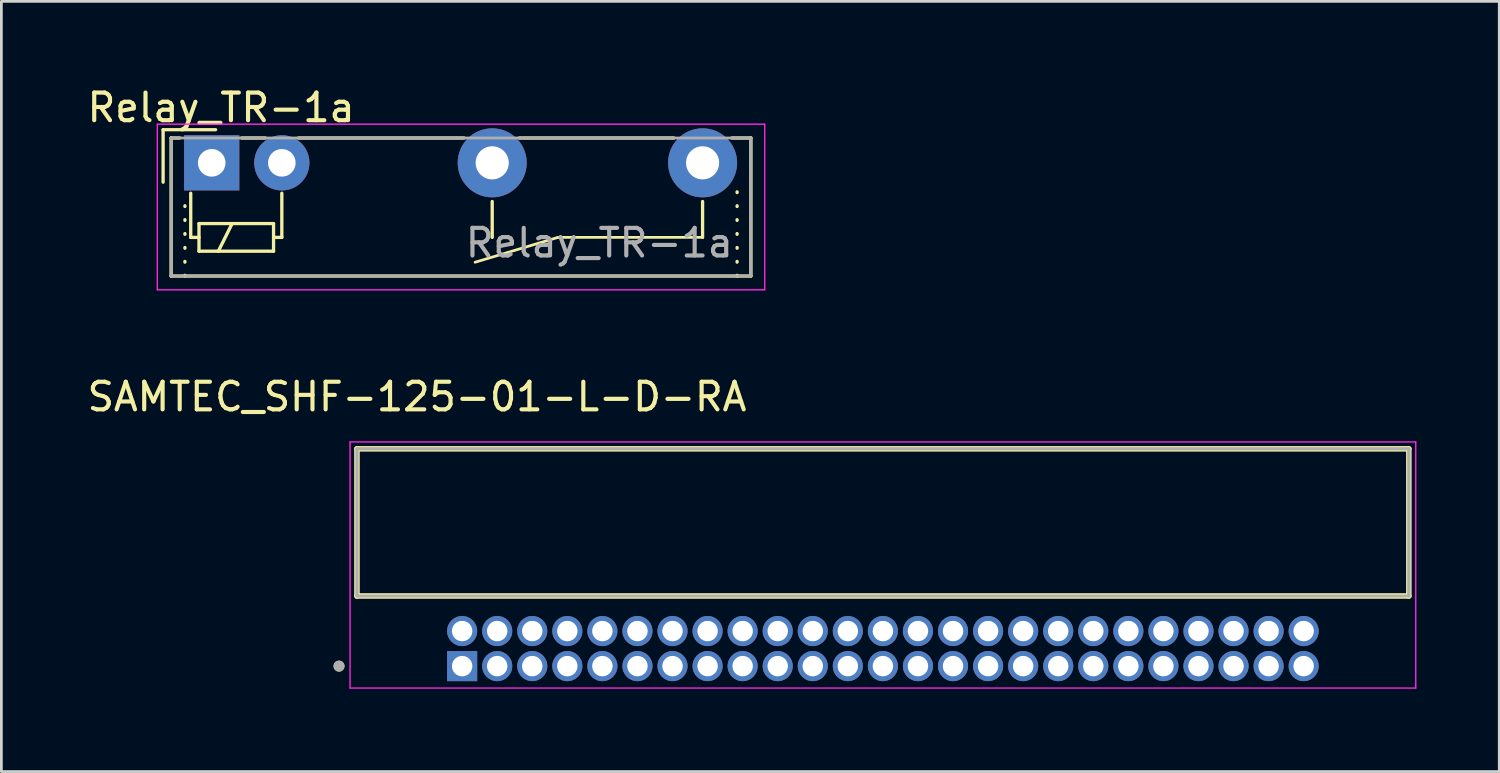
<source format=kicad_pcb>
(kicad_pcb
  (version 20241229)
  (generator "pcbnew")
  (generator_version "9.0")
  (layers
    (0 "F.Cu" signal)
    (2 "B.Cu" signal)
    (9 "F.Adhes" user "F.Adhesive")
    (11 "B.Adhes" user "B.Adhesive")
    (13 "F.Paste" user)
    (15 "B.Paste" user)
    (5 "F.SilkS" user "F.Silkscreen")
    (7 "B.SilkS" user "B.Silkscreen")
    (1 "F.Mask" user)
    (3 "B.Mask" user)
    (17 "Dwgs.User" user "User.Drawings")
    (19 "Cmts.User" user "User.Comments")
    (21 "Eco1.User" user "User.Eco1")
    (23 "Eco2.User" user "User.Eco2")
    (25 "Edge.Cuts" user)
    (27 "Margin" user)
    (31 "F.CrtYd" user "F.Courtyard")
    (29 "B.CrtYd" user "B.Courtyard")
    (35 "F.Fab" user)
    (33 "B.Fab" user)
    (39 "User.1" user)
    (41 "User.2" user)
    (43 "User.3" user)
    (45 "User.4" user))
  (footprint "SAMTEC_SHF-125-01-L-D-RA"
    (layer "F.Cu")
    (at 28.929 20.442)
    (property "Reference" "SAMTEC_SHF-125-01-L-D-RA" (at -16.875 -9.12 0) (layer "F.SilkS") (effects (font (size 1 1) (thickness 0.15))))
    (attr through_hole)
    (fp_line (start -19.05 -1.905) (end -19.05 -7.235) (stroke (width 0.2) (type solid)) (layer "F.SilkS"))
    (fp_line (start 19.05 -7.235) (end -19.05 -7.235) (stroke (width 0.2) (type solid)) (layer "F.SilkS"))
    (fp_line (start 19.05 -7.235) (end 19.05 -1.905) (stroke (width 0.2) (type solid)) (layer "F.SilkS"))
    (fp_line (start 19.05 -1.905) (end -19.05 -1.905) (stroke (width 0.2) (type solid)) (layer "F.SilkS"))
    (fp_circle (center -19.7 0.635) (end -19.6 0.635) (stroke (width 0.2) (type solid)) (fill no) (layer "F.SilkS"))
    (fp_line (start -19.3 -7.485) (end 19.3 -7.485) (stroke (width 0.05) (type solid)) (layer "F.CrtYd"))
    (fp_line (start -19.3 1.43) (end -19.3 -7.485) (stroke (width 0.05) (type solid)) (layer "F.CrtYd"))
    (fp_line (start 19.3 -7.485) (end 19.3 1.43) (stroke (width 0.05) (type solid)) (layer "F.CrtYd"))
    (fp_line (start 19.3 1.43) (end -19.3 1.43) (stroke (width 0.05) (type solid)) (layer "F.CrtYd"))
    (fp_line (start -19.05 -7.235) (end 19.05 -7.235) (stroke (width 0.1) (type solid)) (layer "F.Fab"))
    (fp_line (start -19.05 -7.235) (end 19.05 -7.235) (stroke (width 0.1) (type solid)) (layer "F.Fab"))
    (fp_line (start -19.05 -1.905) (end -19.05 -7.235) (stroke (width 0.1) (type solid)) (layer "F.Fab"))
    (fp_line (start -19.05 -1.905) (end -19.05 -7.235) (stroke (width 0.1) (type solid)) (layer "F.Fab"))
    (fp_line (start 19.05 -7.235) (end 19.05 -1.905) (stroke (width 0.1) (type solid)) (layer "F.Fab"))
    (fp_line (start 19.05 -7.235) (end 19.05 -1.905) (stroke (width 0.1) (type solid)) (layer "F.Fab"))
    (fp_line (start 19.05 -1.905) (end -19.05 -1.905) (stroke (width 0.1) (type solid)) (layer "F.Fab"))
    (fp_circle (center -19.7 0.635) (end -19.6 0.635) (stroke (width 0.2) (type solid)) (fill no) (layer "F.Fab"))
    (pad "1" thru_hole rect (at -15.24 0.635) (size 1.09 1.09) (drill 0.74) (layers "*.Cu" "*.Mask"))
    (pad "2" thru_hole circle (at -15.24 -0.635) (size 1.09 1.09) (drill 0.74) (layers "*.Cu" "*.Mask"))
    (pad "3" thru_hole circle (at -13.97 0.635) (size 1.09 1.09) (drill 0.74) (layers "*.Cu" "*.Mask"))
    (pad "4" thru_hole circle (at -13.97 -0.635) (size 1.09 1.09) (drill 0.74) (layers "*.Cu" "*.Mask"))
    (pad "5" thru_hole circle (at -12.7 0.635) (size 1.09 1.09) (drill 0.74) (layers "*.Cu" "*.Mask"))
    (pad "6" thru_hole circle (at -12.7 -0.635) (size 1.09 1.09) (drill 0.74) (layers "*.Cu" "*.Mask"))
    (pad "7" thru_hole circle (at -11.43 0.635) (size 1.09 1.09) (drill 0.74) (layers "*.Cu" "*.Mask"))
    (pad "8" thru_hole circle (at -11.43 -0.635) (size 1.09 1.09) (drill 0.74) (layers "*.Cu" "*.Mask"))
    (pad "9" thru_hole circle (at -10.16 0.635) (size 1.09 1.09) (drill 0.74) (layers "*.Cu" "*.Mask"))
    (pad "10" thru_hole circle (at -10.16 -0.635) (size 1.09 1.09) (drill 0.74) (layers "*.Cu" "*.Mask"))
    (pad "11" thru_hole circle (at -8.89 0.635) (size 1.09 1.09) (drill 0.74) (layers "*.Cu" "*.Mask"))
    (pad "12" thru_hole circle (at -8.89 -0.635) (size 1.09 1.09) (drill 0.74) (layers "*.Cu" "*.Mask"))
    (pad "13" thru_hole circle (at -7.62 0.635) (size 1.09 1.09) (drill 0.74) (layers "*.Cu" "*.Mask"))
    (pad "14" thru_hole circle (at -7.62 -0.635) (size 1.09 1.09) (drill 0.74) (layers "*.Cu" "*.Mask"))
    (pad "15" thru_hole circle (at -6.35 0.635) (size 1.09 1.09) (drill 0.74) (layers "*.Cu" "*.Mask"))
    (pad "16" thru_hole circle (at -6.35 -0.635) (size 1.09 1.09) (drill 0.74) (layers "*.Cu" "*.Mask"))
    (pad "17" thru_hole circle (at -5.08 0.635) (size 1.09 1.09) (drill 0.74) (layers "*.Cu" "*.Mask"))
    (pad "18" thru_hole circle (at -5.08 -0.635) (size 1.09 1.09) (drill 0.74) (layers "*.Cu" "*.Mask"))
    (pad "19" thru_hole circle (at -3.81 0.635) (size 1.09 1.09) (drill 0.74) (layers "*.Cu" "*.Mask"))
    (pad "20" thru_hole circle (at -3.81 -0.635) (size 1.09 1.09) (drill 0.74) (layers "*.Cu" "*.Mask"))
    (pad "21" thru_hole circle (at -2.54 0.635) (size 1.09 1.09) (drill 0.74) (layers "*.Cu" "*.Mask"))
    (pad "22" thru_hole circle (at -2.54 -0.635) (size 1.09 1.09) (drill 0.74) (layers "*.Cu" "*.Mask"))
    (pad "23" thru_hole circle (at -1.27 0.635) (size 1.09 1.09) (drill 0.74) (layers "*.Cu" "*.Mask"))
    (pad "24" thru_hole circle (at -1.27 -0.635) (size 1.09 1.09) (drill 0.74) (layers "*.Cu" "*.Mask"))
    (pad "25" thru_hole circle (at 0 0.635) (size 1.09 1.09) (drill 0.74) (layers "*.Cu" "*.Mask"))
    (pad "26" thru_hole circle (at 0 -0.635) (size 1.09 1.09) (drill 0.74) (layers "*.Cu" "*.Mask"))
    (pad "27" thru_hole circle (at 1.27 0.635) (size 1.09 1.09) (drill 0.74) (layers "*.Cu" "*.Mask"))
    (pad "28" thru_hole circle (at 1.27 -0.635) (size 1.09 1.09) (drill 0.74) (layers "*.Cu" "*.Mask"))
    (pad "29" thru_hole circle (at 2.54 0.635) (size 1.09 1.09) (drill 0.74) (layers "*.Cu" "*.Mask"))
    (pad "30" thru_hole circle (at 2.54 -0.635) (size 1.09 1.09) (drill 0.74) (layers "*.Cu" "*.Mask"))
    (pad "31" thru_hole circle (at 3.81 0.635) (size 1.09 1.09) (drill 0.74) (layers "*.Cu" "*.Mask"))
    (pad "32" thru_hole circle (at 3.81 -0.635) (size 1.09 1.09) (drill 0.74) (layers "*.Cu" "*.Mask"))
    (pad "33" thru_hole circle (at 5.08 0.635) (size 1.09 1.09) (drill 0.74) (layers "*.Cu" "*.Mask"))
    (pad "34" thru_hole circle (at 5.08 -0.635) (size 1.09 1.09) (drill 0.74) (layers "*.Cu" "*.Mask"))
    (pad "35" thru_hole circle (at 6.35 0.635) (size 1.09 1.09) (drill 0.74) (layers "*.Cu" "*.Mask"))
    (pad "36" thru_hole circle (at 6.35 -0.635) (size 1.09 1.09) (drill 0.74) (layers "*.Cu" "*.Mask"))
    (pad "37" thru_hole circle (at 7.62 0.635) (size 1.09 1.09) (drill 0.74) (layers "*.Cu" "*.Mask"))
    (pad "38" thru_hole circle (at 7.62 -0.635) (size 1.09 1.09) (drill 0.74) (layers "*.Cu" "*.Mask"))
    (pad "39" thru_hole circle (at 8.89 0.635) (size 1.09 1.09) (drill 0.74) (layers "*.Cu" "*.Mask"))
    (pad "40" thru_hole circle (at 8.89 -0.635) (size 1.09 1.09) (drill 0.74) (layers "*.Cu" "*.Mask"))
    (pad "41" thru_hole circle (at 10.16 0.635) (size 1.09 1.09) (drill 0.74) (layers "*.Cu" "*.Mask"))
    (pad "42" thru_hole circle (at 10.16 -0.635) (size 1.09 1.09) (drill 0.74) (layers "*.Cu" "*.Mask"))
    (pad "43" thru_hole circle (at 11.43 0.635) (size 1.09 1.09) (drill 0.74) (layers "*.Cu" "*.Mask"))
    (pad "44" thru_hole circle (at 11.43 -0.635) (size 1.09 1.09) (drill 0.74) (layers "*.Cu" "*.Mask"))
    (pad "45" thru_hole circle (at 12.7 0.635) (size 1.09 1.09) (drill 0.74) (layers "*.Cu" "*.Mask"))
    (pad "46" thru_hole circle (at 12.7 -0.635) (size 1.09 1.09) (drill 0.74) (layers "*.Cu" "*.Mask"))
    (pad "47" thru_hole circle (at 13.97 0.635) (size 1.09 1.09) (drill 0.74) (layers "*.Cu" "*.Mask"))
    (pad "48" thru_hole circle (at 13.97 -0.635) (size 1.09 1.09) (drill 0.74) (layers "*.Cu" "*.Mask"))
    (pad "49" thru_hole circle (at 15.24 0.635) (size 1.09 1.09) (drill 0.74) (layers "*.Cu" "*.Mask"))
    (pad "50" thru_hole circle (at 15.24 -0.635) (size 1.09 1.09) (drill 0.74) (layers "*.Cu" "*.Mask")))
  (footprint "Relay_TR-1a"
    (layer "F.Cu")
    (at 7.158 2.848)
    (property "Reference" "Relay_TR-1a" (at -2.2 -2 0) (layer "F.SilkS") (effects (font (size 1 1) (thickness 0.15))))
    (attr through_hole)
    (fp_line (start -4.3 -1.2) (end -2.4 -1.2) (stroke (width 0.12) (type solid)) (layer "F.SilkS"))
    (fp_line (start -4.3 0.7) (end -4.3 -1.2) (stroke (width 0.12) (type solid)) (layer "F.SilkS"))
    (fp_line (start -4.01 -0.9) (end -3.7 -0.9) (stroke (width 0.12) (type solid)) (layer "F.SilkS"))
    (fp_line (start -4.01 4.1) (end -4.01 -0.9) (stroke (width 0.12) (type solid)) (layer "F.SilkS"))
    (fp_line (start -3.51 4.1) (end -3.51 1.1) (stroke (width 0.12) (type dot)) (layer "F.SilkS"))
    (fp_line (start -3.3 2.7) (end -3.3 1.1) (stroke (width 0.12) (type solid)) (layer "F.SilkS"))
    (fp_line (start -3 2.2) (end -0.3 2.2) (stroke (width 0.12) (type solid)) (layer "F.SilkS"))
    (fp_line (start -3 2.7) (end -3.3 2.7) (stroke (width 0.12) (type solid)) (layer "F.SilkS"))
    (fp_line (start -3 3.2) (end -3 2.2) (stroke (width 0.12) (type solid)) (layer "F.SilkS"))
    (fp_line (start -2.3 3.2) (end -1.8 2.2) (stroke (width 0.12) (type solid)) (layer "F.SilkS"))
    (fp_line (start -1.455 -0.9) (end -0.6 -0.9) (stroke (width 0.12) (type solid)) (layer "F.SilkS"))
    (fp_line (start -0.3 2.2) (end -0.3 3.2) (stroke (width 0.12) (type solid)) (layer "F.SilkS"))
    (fp_line (start -0.3 3.2) (end -3 3.2) (stroke (width 0.12) (type solid)) (layer "F.SilkS"))
    (fp_line (start 0 2.7) (end -0.3 2.7) (stroke (width 0.12) (type solid)) (layer "F.SilkS"))
    (fp_line (start 0 2.7) (end 0 1.1) (stroke (width 0.12) (type solid)) (layer "F.SilkS"))
    (fp_line (start 0.6 -0.9) (end 6.6 -0.9) (stroke (width 0.12) (type solid)) (layer "F.SilkS"))
    (fp_line (start 7.62 2.7) (end 7.62 1.4) (stroke (width 0.12) (type solid)) (layer "F.SilkS"))
    (fp_line (start 8.6 -0.9) (end 14.2 -0.9) (stroke (width 0.12) (type solid)) (layer "F.SilkS"))
    (fp_line (start 10 2.7) (end 7 3.6) (stroke (width 0.1) (type default)) (layer "F.SilkS"))
    (fp_line (start 15.24 2.7) (end 10 2.7) (stroke (width 0.1) (type default)) (layer "F.SilkS"))
    (fp_line (start 15.24 2.7) (end 15.24 1.4) (stroke (width 0.12) (type solid)) (layer "F.SilkS"))
    (fp_line (start 16.3 -0.9) (end 16.99 -0.9) (stroke (width 0.12) (type solid)) (layer "F.SilkS"))
    (fp_line (start 16.49 4.1) (end 16.49 0.6) (stroke (width 0.12) (type dot)) (layer "F.SilkS"))
    (fp_line (start 16.99 -0.9) (end 16.99 4.1) (stroke (width 0.12) (type solid)) (layer "F.SilkS"))
    (fp_line (start 16.99 4.1) (end -4.01 4.1) (stroke (width 0.12) (type solid)) (layer "F.SilkS"))
    (fp_line (start -4.51 -1.4) (end -4.51 4.6) (stroke (width 0.05) (type solid)) (layer "F.CrtYd"))
    (fp_line (start -4.51 4.6) (end 17.49 4.6) (stroke (width 0.05) (type solid)) (layer "F.CrtYd"))
    (fp_line (start 17.49 -1.4) (end -4.51 -1.4) (stroke (width 0.05) (type solid)) (layer "F.CrtYd"))
    (fp_line (start 17.49 4.6) (end 17.49 -1.4) (stroke (width 0.05) (type solid)) (layer "F.CrtYd"))
    (fp_line (start -4.01 -0.9) (end 16.99 -0.9) (stroke (width 0.1) (type solid)) (layer "F.Fab"))
    (fp_line (start -4.01 4.1) (end -4.01 -0.9) (stroke (width 0.1) (type solid)) (layer "F.Fab"))
    (fp_line (start 16.99 -0.9) (end 16.99 4.1) (stroke (width 0.1) (type solid)) (layer "F.Fab"))
    (fp_line (start 16.99 4.1) (end -4.01 4.1) (stroke (width 0.1) (type solid)) (layer "F.Fab"))
    (fp_text user "${REFERENCE}" (at 11.5 2.9 0) (layer "F.Fab") (effects (font (size 1 1) (thickness 0.15))))
    (pad "1" thru_hole rect (at -2.54 0) (size 2 2) (drill 1) (layers "*.Cu" "*.Mask"))
    (pad "2" thru_hole circle (at 0 0) (size 2 2) (drill 1) (layers "*.Cu" "*.Mask"))
    (pad "3" thru_hole circle (at 7.62 0) (size 2.5 2.5) (drill 1.2) (layers "*.Cu" "*.Mask"))
    (pad "4" thru_hole circle (at 15.24 0) (size 2.5 2.5) (drill 1.2) (layers "*.Cu" "*.Mask")))
  (gr_rect
    (start -3 -3)
    (end 51.254 24.896)
    (stroke (width 0.1) (type default))
    (fill no)
    (layer "Edge.Cuts")))
</source>
